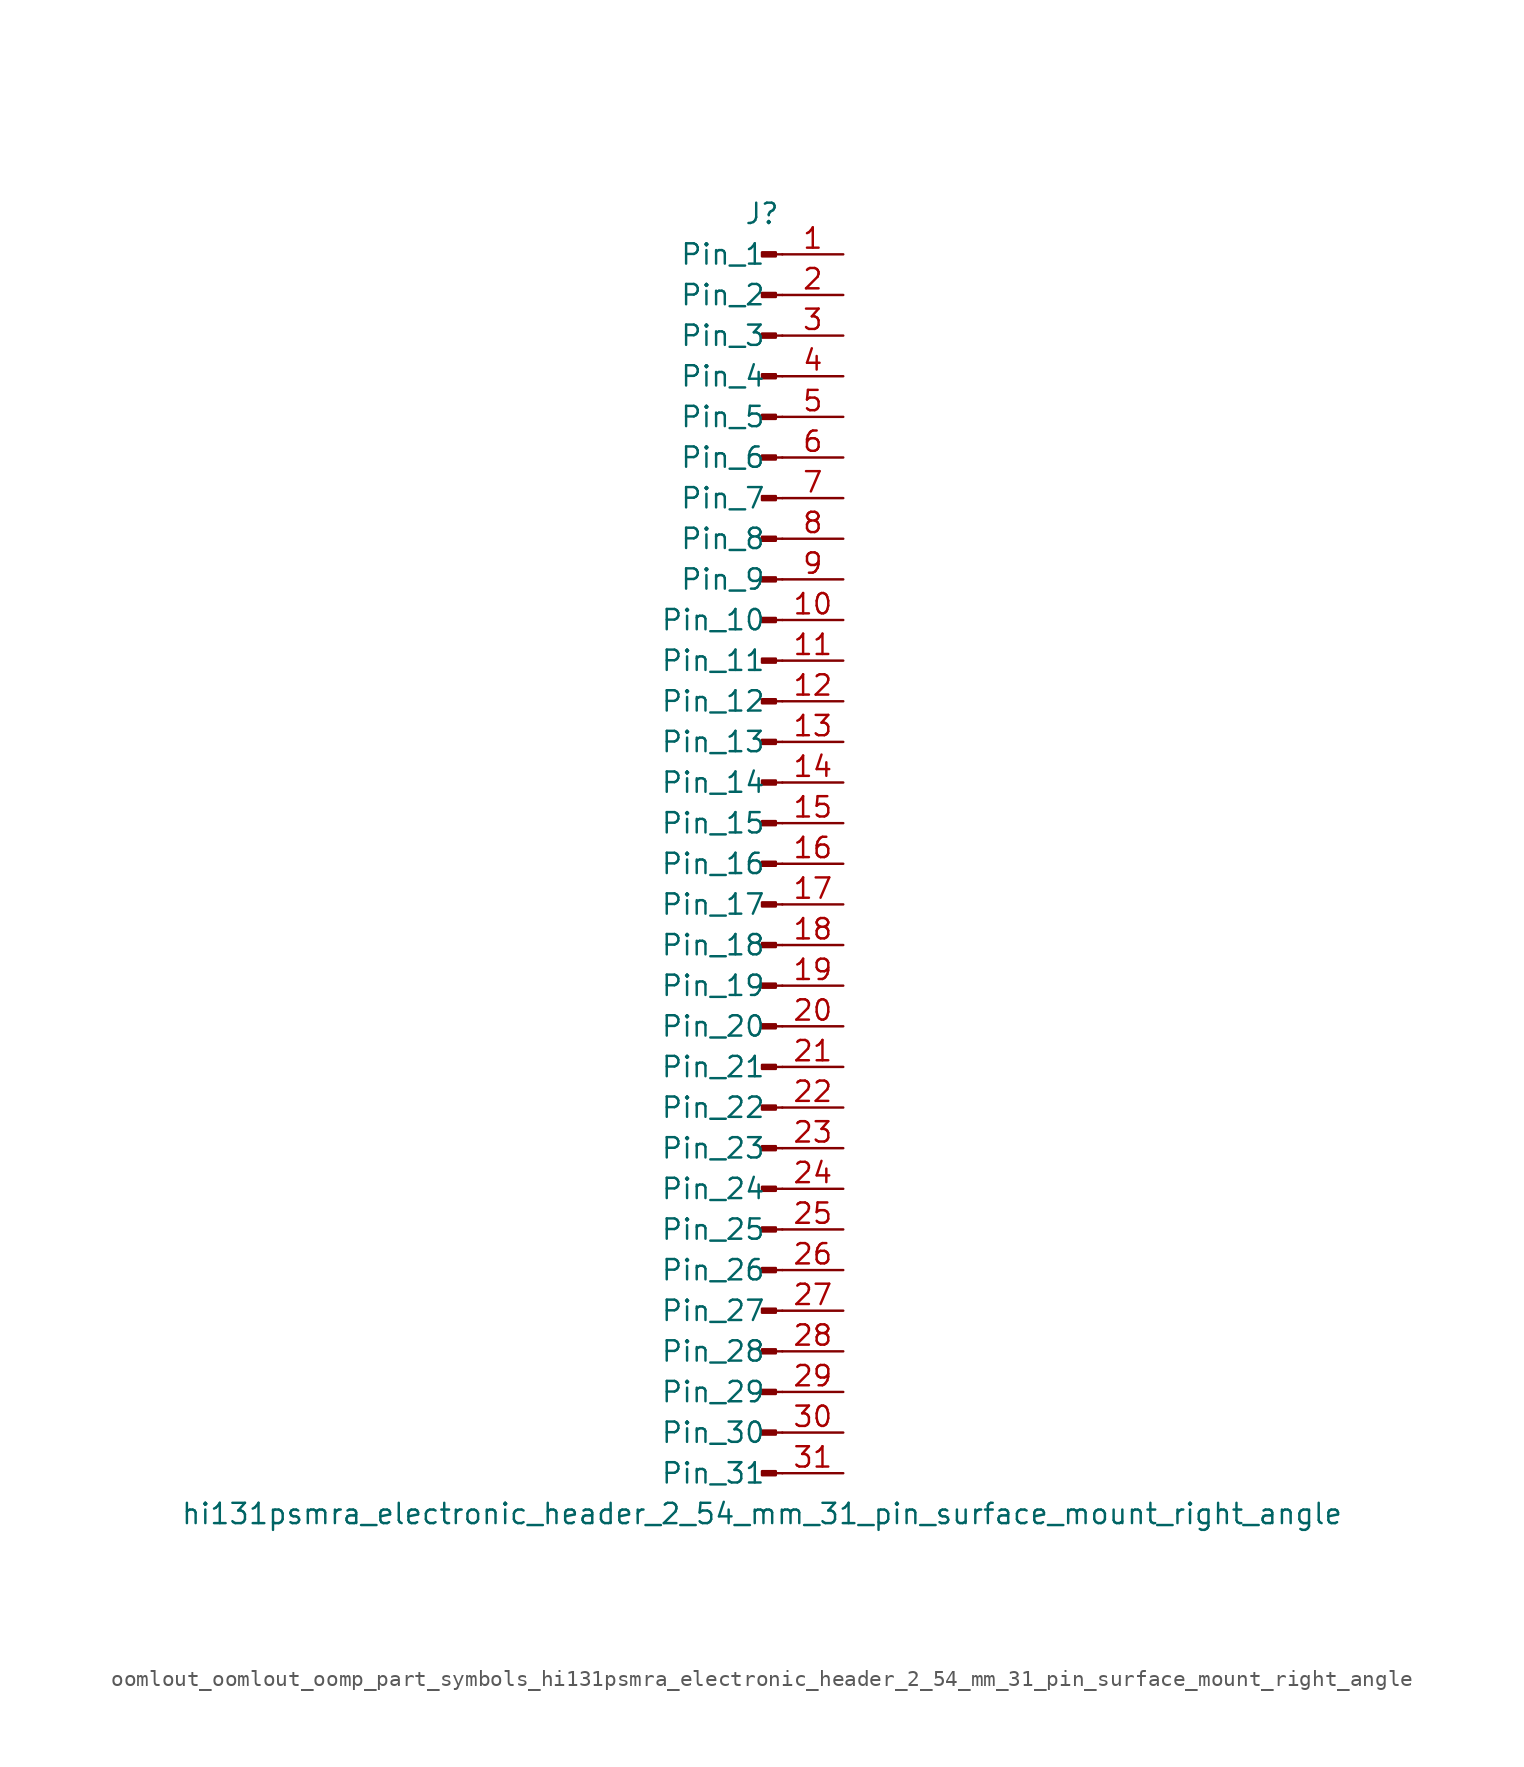
<source format=kicad_sym>
(kicad_symbol_lib
  (version 20220914)
  (generator kicad_symbol_editor)
  (symbol "oomlout_oomlout_oomp_part_symbols_hi131psmra_electronic_header_2_54_mm_31_pin_surface_mount_right_angle"
    (pin_names
      (offset 1.016))
    (property "Reference" "J"
      (at 0 40.64 0)
      (effects (font (size 1.27 1.27))))
    (property "Value" "hi131psmra_electronic_header_2_54_mm_31_pin_surface_mount_right_angle"
      (at 0 -40.64 0)
      (effects (font (size 1.27 1.27))))
    (property "ki_locked" ""
      (at 0 0 0)
      (effects (font (size 1.27 1.27))))
    (symbol "oomlout_oomlout_oomp_part_symbols_hi131psmra_electronic_header_2_54_mm_31_pin_surface_mount_right_angle_1_1"
      (polyline (pts (xy 1.27 -38.1) (xy 0.864 -38.1)) (stroke (width 0.152) (type default)) (fill (type none)))
      (polyline (pts (xy 1.27 -35.56) (xy 0.864 -35.56)) (stroke (width 0.152) (type default)) (fill (type none)))
      (polyline (pts (xy 1.27 -33.02) (xy 0.864 -33.02)) (stroke (width 0.152) (type default)) (fill (type none)))
      (polyline (pts (xy 1.27 -30.48) (xy 0.864 -30.48)) (stroke (width 0.152) (type default)) (fill (type none)))
      (polyline (pts (xy 1.27 -27.94) (xy 0.864 -27.94)) (stroke (width 0.152) (type default)) (fill (type none)))
      (polyline (pts (xy 1.27 -25.4) (xy 0.864 -25.4)) (stroke (width 0.152) (type default)) (fill (type none)))
      (polyline (pts (xy 1.27 -22.86) (xy 0.864 -22.86)) (stroke (width 0.152) (type default)) (fill (type none)))
      (polyline (pts (xy 1.27 -20.32) (xy 0.864 -20.32)) (stroke (width 0.152) (type default)) (fill (type none)))
      (polyline (pts (xy 1.27 -17.78) (xy 0.864 -17.78)) (stroke (width 0.152) (type default)) (fill (type none)))
      (polyline (pts (xy 1.27 -15.24) (xy 0.864 -15.24)) (stroke (width 0.152) (type default)) (fill (type none)))
      (polyline (pts (xy 1.27 -12.7) (xy 0.864 -12.7)) (stroke (width 0.152) (type default)) (fill (type none)))
      (polyline (pts (xy 1.27 -10.16) (xy 0.864 -10.16)) (stroke (width 0.152) (type default)) (fill (type none)))
      (polyline (pts (xy 1.27 -7.62) (xy 0.864 -7.62)) (stroke (width 0.152) (type default)) (fill (type none)))
      (polyline (pts (xy 1.27 -5.08) (xy 0.864 -5.08)) (stroke (width 0.152) (type default)) (fill (type none)))
      (polyline (pts (xy 1.27 -2.54) (xy 0.864 -2.54)) (stroke (width 0.152) (type default)) (fill (type none)))
      (polyline (pts (xy 1.27 0) (xy 0.864 0)) (stroke (width 0.152) (type default)) (fill (type none)))
      (polyline (pts (xy 1.27 2.54) (xy 0.864 2.54)) (stroke (width 0.152) (type default)) (fill (type none)))
      (polyline (pts (xy 1.27 5.08) (xy 0.864 5.08)) (stroke (width 0.152) (type default)) (fill (type none)))
      (polyline (pts (xy 1.27 7.62) (xy 0.864 7.62)) (stroke (width 0.152) (type default)) (fill (type none)))
      (polyline (pts (xy 1.27 10.16) (xy 0.864 10.16)) (stroke (width 0.152) (type default)) (fill (type none)))
      (polyline (pts (xy 1.27 12.7) (xy 0.864 12.7)) (stroke (width 0.152) (type default)) (fill (type none)))
      (polyline (pts (xy 1.27 15.24) (xy 0.864 15.24)) (stroke (width 0.152) (type default)) (fill (type none)))
      (polyline (pts (xy 1.27 17.78) (xy 0.864 17.78)) (stroke (width 0.152) (type default)) (fill (type none)))
      (polyline (pts (xy 1.27 20.32) (xy 0.864 20.32)) (stroke (width 0.152) (type default)) (fill (type none)))
      (polyline (pts (xy 1.27 22.86) (xy 0.864 22.86)) (stroke (width 0.152) (type default)) (fill (type none)))
      (polyline (pts (xy 1.27 25.4) (xy 0.864 25.4)) (stroke (width 0.152) (type default)) (fill (type none)))
      (polyline (pts (xy 1.27 27.94) (xy 0.864 27.94)) (stroke (width 0.152) (type default)) (fill (type none)))
      (polyline (pts (xy 1.27 30.48) (xy 0.864 30.48)) (stroke (width 0.152) (type default)) (fill (type none)))
      (polyline (pts (xy 1.27 33.02) (xy 0.864 33.02)) (stroke (width 0.152) (type default)) (fill (type none)))
      (polyline (pts (xy 1.27 35.56) (xy 0.864 35.56)) (stroke (width 0.152) (type default)) (fill (type none)))
      (polyline (pts (xy 1.27 38.1) (xy 0.864 38.1)) (stroke (width 0.152) (type default)) (fill (type none)))
      (rectangle (start 0.864 -37.973) (end 0 -38.227) (stroke (width 0.152) (type default)) (fill (type outline)))
      (rectangle (start 0.864 -35.433) (end 0 -35.687) (stroke (width 0.152) (type default)) (fill (type outline)))
      (rectangle (start 0.864 -32.893) (end 0 -33.147) (stroke (width 0.152) (type default)) (fill (type outline)))
      (rectangle (start 0.864 -30.353) (end 0 -30.607) (stroke (width 0.152) (type default)) (fill (type outline)))
      (rectangle (start 0.864 -27.813) (end 0 -28.067) (stroke (width 0.152) (type default)) (fill (type outline)))
      (rectangle (start 0.864 -25.273) (end 0 -25.527) (stroke (width 0.152) (type default)) (fill (type outline)))
      (rectangle (start 0.864 -22.733) (end 0 -22.987) (stroke (width 0.152) (type default)) (fill (type outline)))
      (rectangle (start 0.864 -20.193) (end 0 -20.447) (stroke (width 0.152) (type default)) (fill (type outline)))
      (rectangle (start 0.864 -17.653) (end 0 -17.907) (stroke (width 0.152) (type default)) (fill (type outline)))
      (rectangle (start 0.864 -15.113) (end 0 -15.367) (stroke (width 0.152) (type default)) (fill (type outline)))
      (rectangle (start 0.864 -12.573) (end 0 -12.827) (stroke (width 0.152) (type default)) (fill (type outline)))
      (rectangle (start 0.864 -10.033) (end 0 -10.287) (stroke (width 0.152) (type default)) (fill (type outline)))
      (rectangle (start 0.864 -7.493) (end 0 -7.747) (stroke (width 0.152) (type default)) (fill (type outline)))
      (rectangle (start 0.864 -4.953) (end 0 -5.207) (stroke (width 0.152) (type default)) (fill (type outline)))
      (rectangle (start 0.864 -2.413) (end 0 -2.667) (stroke (width 0.152) (type default)) (fill (type outline)))
      (rectangle (start 0.864 0.127) (end 0 -0.127) (stroke (width 0.152) (type default)) (fill (type outline)))
      (rectangle (start 0.864 2.667) (end 0 2.413) (stroke (width 0.152) (type default)) (fill (type outline)))
      (rectangle (start 0.864 5.207) (end 0 4.953) (stroke (width 0.152) (type default)) (fill (type outline)))
      (rectangle (start 0.864 7.747) (end 0 7.493) (stroke (width 0.152) (type default)) (fill (type outline)))
      (rectangle (start 0.864 10.287) (end 0 10.033) (stroke (width 0.152) (type default)) (fill (type outline)))
      (rectangle (start 0.864 12.827) (end 0 12.573) (stroke (width 0.152) (type default)) (fill (type outline)))
      (rectangle (start 0.864 15.367) (end 0 15.113) (stroke (width 0.152) (type default)) (fill (type outline)))
      (rectangle (start 0.864 17.907) (end 0 17.653) (stroke (width 0.152) (type default)) (fill (type outline)))
      (rectangle (start 0.864 20.447) (end 0 20.193) (stroke (width 0.152) (type default)) (fill (type outline)))
      (rectangle (start 0.864 22.987) (end 0 22.733) (stroke (width 0.152) (type default)) (fill (type outline)))
      (rectangle (start 0.864 25.527) (end 0 25.273) (stroke (width 0.152) (type default)) (fill (type outline)))
      (rectangle (start 0.864 28.067) (end 0 27.813) (stroke (width 0.152) (type default)) (fill (type outline)))
      (rectangle (start 0.864 30.607) (end 0 30.353) (stroke (width 0.152) (type default)) (fill (type outline)))
      (rectangle (start 0.864 33.147) (end 0 32.893) (stroke (width 0.152) (type default)) (fill (type outline)))
      (rectangle (start 0.864 35.687) (end 0 35.433) (stroke (width 0.152) (type default)) (fill (type outline)))
      (rectangle (start 0.864 38.227) (end 0 37.973) (stroke (width 0.152) (type default)) (fill (type outline)))
      (pin passive line (at 5.08 38.1 180) (length 3.81) (name "Pin_1" (effects (font (size 1.27 1.27)))) (number "1" (effects (font (size 1.27 1.27)))))
      (pin passive line (at 5.08 15.24 180) (length 3.81) (name "Pin_10" (effects (font (size 1.27 1.27)))) (number "10" (effects (font (size 1.27 1.27)))))
      (pin passive line (at 5.08 12.7 180) (length 3.81) (name "Pin_11" (effects (font (size 1.27 1.27)))) (number "11" (effects (font (size 1.27 1.27)))))
      (pin passive line (at 5.08 10.16 180) (length 3.81) (name "Pin_12" (effects (font (size 1.27 1.27)))) (number "12" (effects (font (size 1.27 1.27)))))
      (pin passive line (at 5.08 7.62 180) (length 3.81) (name "Pin_13" (effects (font (size 1.27 1.27)))) (number "13" (effects (font (size 1.27 1.27)))))
      (pin passive line (at 5.08 5.08 180) (length 3.81) (name "Pin_14" (effects (font (size 1.27 1.27)))) (number "14" (effects (font (size 1.27 1.27)))))
      (pin passive line (at 5.08 2.54 180) (length 3.81) (name "Pin_15" (effects (font (size 1.27 1.27)))) (number "15" (effects (font (size 1.27 1.27)))))
      (pin passive line (at 5.08 0 180) (length 3.81) (name "Pin_16" (effects (font (size 1.27 1.27)))) (number "16" (effects (font (size 1.27 1.27)))))
      (pin passive line (at 5.08 -2.54 180) (length 3.81) (name "Pin_17" (effects (font (size 1.27 1.27)))) (number "17" (effects (font (size 1.27 1.27)))))
      (pin passive line (at 5.08 -5.08 180) (length 3.81) (name "Pin_18" (effects (font (size 1.27 1.27)))) (number "18" (effects (font (size 1.27 1.27)))))
      (pin passive line (at 5.08 -7.62 180) (length 3.81) (name "Pin_19" (effects (font (size 1.27 1.27)))) (number "19" (effects (font (size 1.27 1.27)))))
      (pin passive line (at 5.08 35.56 180) (length 3.81) (name "Pin_2" (effects (font (size 1.27 1.27)))) (number "2" (effects (font (size 1.27 1.27)))))
      (pin passive line (at 5.08 -10.16 180) (length 3.81) (name "Pin_20" (effects (font (size 1.27 1.27)))) (number "20" (effects (font (size 1.27 1.27)))))
      (pin passive line (at 5.08 -12.7 180) (length 3.81) (name "Pin_21" (effects (font (size 1.27 1.27)))) (number "21" (effects (font (size 1.27 1.27)))))
      (pin passive line (at 5.08 -15.24 180) (length 3.81) (name "Pin_22" (effects (font (size 1.27 1.27)))) (number "22" (effects (font (size 1.27 1.27)))))
      (pin passive line (at 5.08 -17.78 180) (length 3.81) (name "Pin_23" (effects (font (size 1.27 1.27)))) (number "23" (effects (font (size 1.27 1.27)))))
      (pin passive line (at 5.08 -20.32 180) (length 3.81) (name "Pin_24" (effects (font (size 1.27 1.27)))) (number "24" (effects (font (size 1.27 1.27)))))
      (pin passive line (at 5.08 -22.86 180) (length 3.81) (name "Pin_25" (effects (font (size 1.27 1.27)))) (number "25" (effects (font (size 1.27 1.27)))))
      (pin passive line (at 5.08 -25.4 180) (length 3.81) (name "Pin_26" (effects (font (size 1.27 1.27)))) (number "26" (effects (font (size 1.27 1.27)))))
      (pin passive line (at 5.08 -27.94 180) (length 3.81) (name "Pin_27" (effects (font (size 1.27 1.27)))) (number "27" (effects (font (size 1.27 1.27)))))
      (pin passive line (at 5.08 -30.48 180) (length 3.81) (name "Pin_28" (effects (font (size 1.27 1.27)))) (number "28" (effects (font (size 1.27 1.27)))))
      (pin passive line (at 5.08 -33.02 180) (length 3.81) (name "Pin_29" (effects (font (size 1.27 1.27)))) (number "29" (effects (font (size 1.27 1.27)))))
      (pin passive line (at 5.08 33.02 180) (length 3.81) (name "Pin_3" (effects (font (size 1.27 1.27)))) (number "3" (effects (font (size 1.27 1.27)))))
      (pin passive line (at 5.08 -35.56 180) (length 3.81) (name "Pin_30" (effects (font (size 1.27 1.27)))) (number "30" (effects (font (size 1.27 1.27)))))
      (pin passive line (at 5.08 -38.1 180) (length 3.81) (name "Pin_31" (effects (font (size 1.27 1.27)))) (number "31" (effects (font (size 1.27 1.27)))))
      (pin passive line (at 5.08 30.48 180) (length 3.81) (name "Pin_4" (effects (font (size 1.27 1.27)))) (number "4" (effects (font (size 1.27 1.27)))))
      (pin passive line (at 5.08 27.94 180) (length 3.81) (name "Pin_5" (effects (font (size 1.27 1.27)))) (number "5" (effects (font (size 1.27 1.27)))))
      (pin passive line (at 5.08 25.4 180) (length 3.81) (name "Pin_6" (effects (font (size 1.27 1.27)))) (number "6" (effects (font (size 1.27 1.27)))))
      (pin passive line (at 5.08 22.86 180) (length 3.81) (name "Pin_7" (effects (font (size 1.27 1.27)))) (number "7" (effects (font (size 1.27 1.27)))))
      (pin passive line (at 5.08 20.32 180) (length 3.81) (name "Pin_8" (effects (font (size 1.27 1.27)))) (number "8" (effects (font (size 1.27 1.27)))))
      (pin passive line (at 5.08 17.78 180) (length 3.81) (name "Pin_9" (effects (font (size 1.27 1.27)))) (number "9" (effects (font (size 1.27 1.27))))))))
</source>
